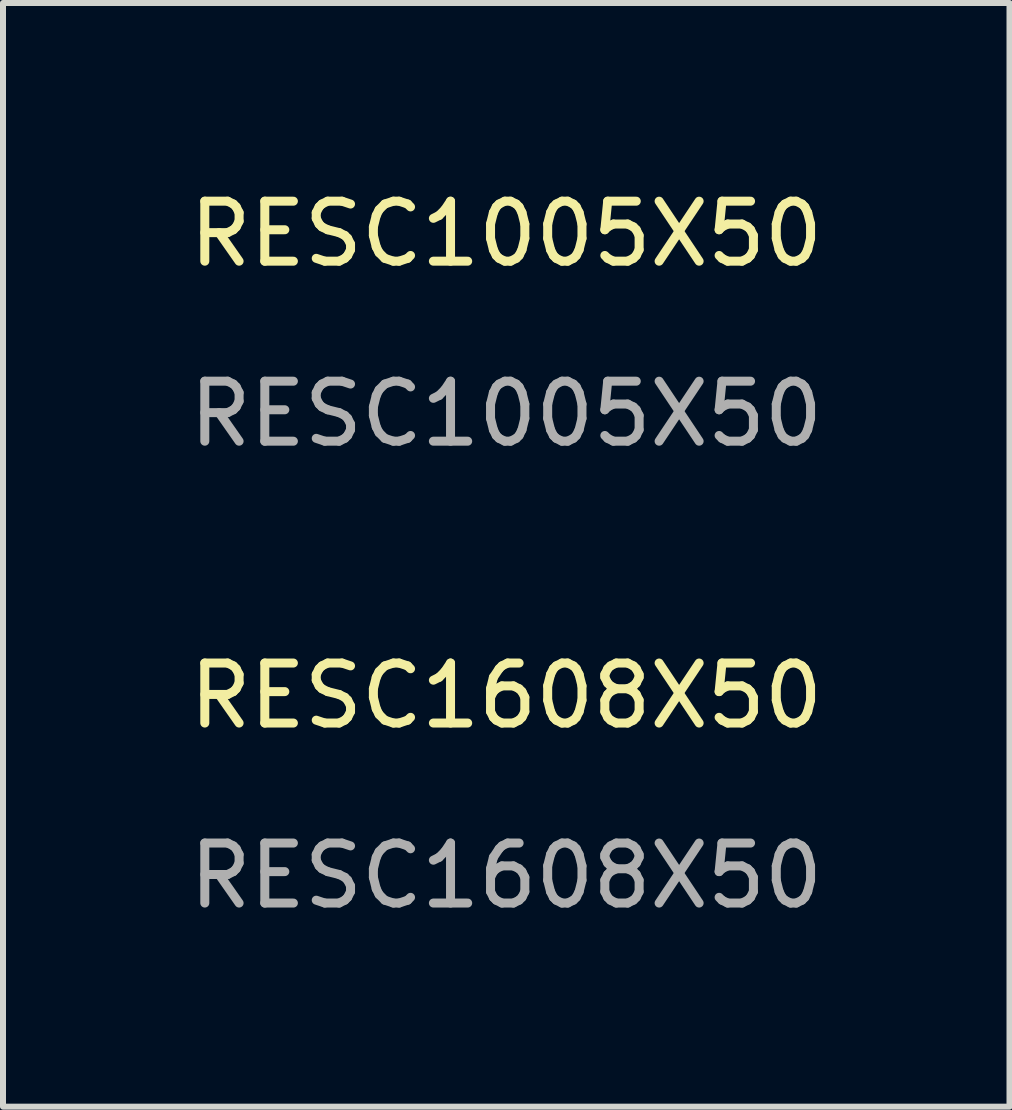
<source format=kicad_pcb>
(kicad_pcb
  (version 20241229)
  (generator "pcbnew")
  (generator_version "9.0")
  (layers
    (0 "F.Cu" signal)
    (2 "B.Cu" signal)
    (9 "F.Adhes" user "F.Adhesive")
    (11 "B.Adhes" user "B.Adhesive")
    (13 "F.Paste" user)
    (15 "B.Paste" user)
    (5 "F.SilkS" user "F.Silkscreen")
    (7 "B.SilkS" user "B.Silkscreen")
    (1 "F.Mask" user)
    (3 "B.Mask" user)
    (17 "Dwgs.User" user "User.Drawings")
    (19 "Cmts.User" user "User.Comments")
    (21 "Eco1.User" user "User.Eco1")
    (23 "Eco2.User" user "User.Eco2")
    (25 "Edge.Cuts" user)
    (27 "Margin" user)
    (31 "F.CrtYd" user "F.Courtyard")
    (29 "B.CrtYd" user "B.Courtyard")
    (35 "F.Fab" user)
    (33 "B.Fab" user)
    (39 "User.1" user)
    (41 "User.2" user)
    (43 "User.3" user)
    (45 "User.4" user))
  (footprint "RESC1608X50"
    (layer "F.Cu")
    (at 5.387 9.045)
    (property "Reference" "RESC1608X50" (at 0 -0.5 0) (unlocked yes) (layer "F.SilkS") (effects (font (size 1 1) (thickness 0.15))))
    (attr smd)
    (fp_text user "${REFERENCE}" (at 0 2.5 0) (unlocked yes) (layer "F.Fab") (effects (font (size 1 1) (thickness 0.15)))))
  (footprint "RESC1005X50"
    (layer "F.Cu")
    (at 5.387 1.348)
    (property "Reference" "RESC1005X50" (at 0 -0.5 0) (unlocked yes) (layer "F.SilkS") (effects (font (size 1 1) (thickness 0.15))))
    (attr smd)
    (fp_text user "${REFERENCE}" (at 0 2.5 0) (unlocked yes) (layer "F.Fab") (effects (font (size 1 1) (thickness 0.15)))))
  (gr_rect
    (start -3 -3)
    (end 13.774 15.393)
    (stroke (width 0.1) (type default))
    (fill no)
    (layer "Edge.Cuts")))
</source>
